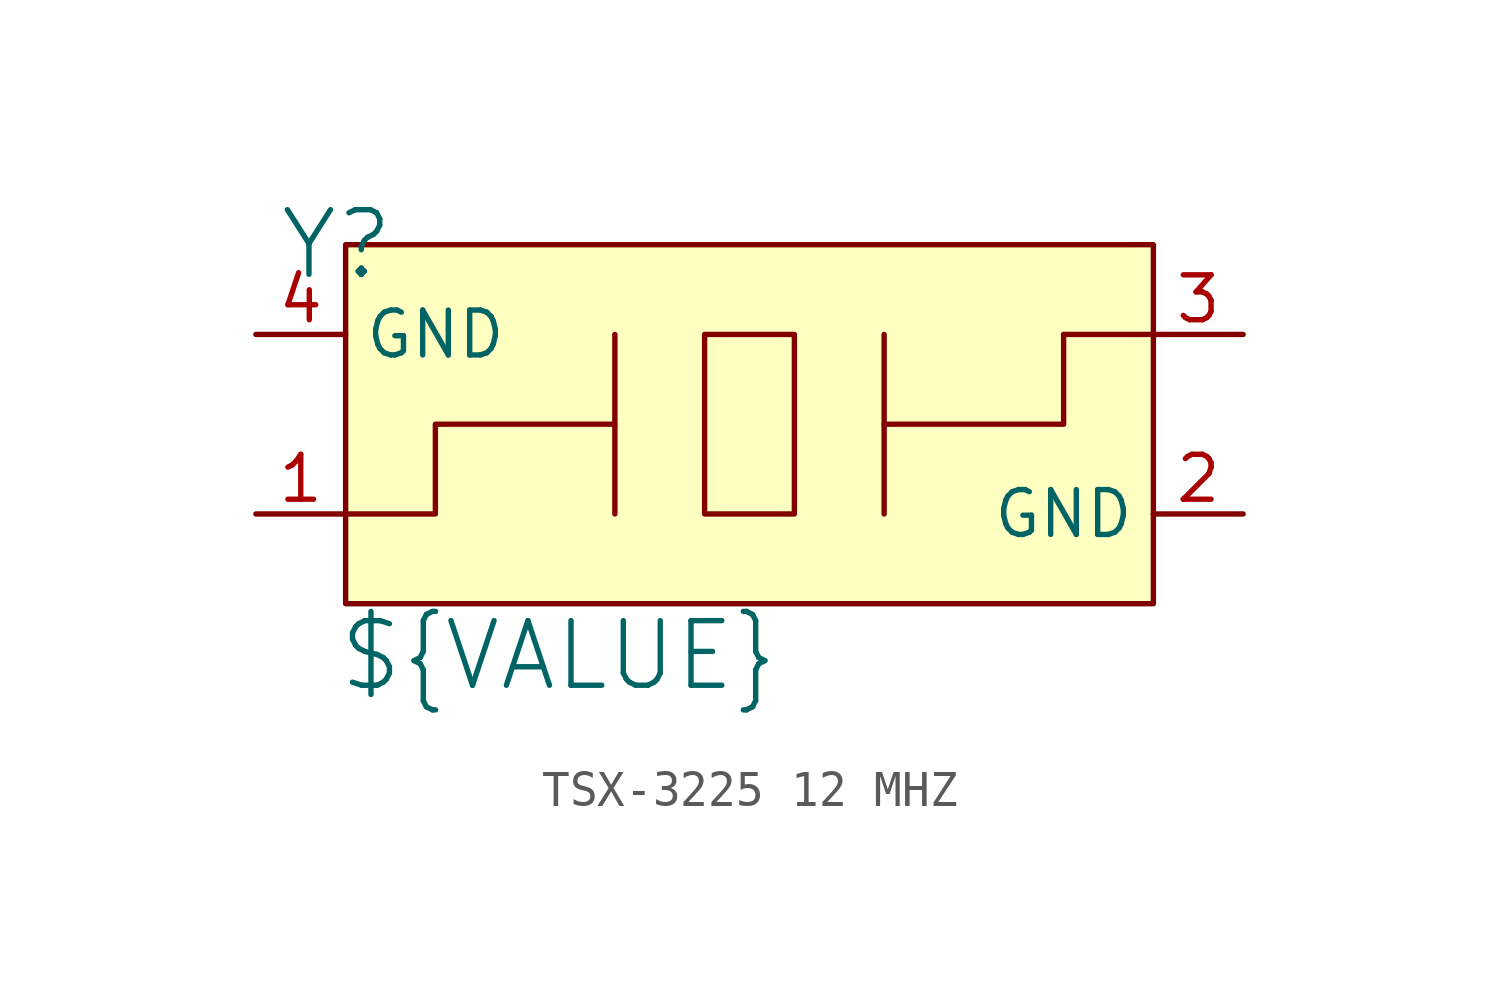
<source format=kicad_sym>
(kicad_symbol_lib
  (version 20241209)
  (generator "kicad_symbol_editor")
  (generator_version "9.0")
  (symbol "TSX-3225 12 MHZ"
    (property "Reference" "Y"
      (at -11.684 5.08 0)
      (effects (font (size 1.829 1.829))))
    (property "Value" "${VALUE}"
      (at -11.684 -7.62 0)
      (effects (font (size 1.829 1.829)) (justify left bottom)))
    (symbol "TSX-3225 12 MHZ_1_0"
      (polyline (pts (xy -3.81 2.54) (xy -3.81 -2.54)) (stroke (width 0) (type solid)) (fill (type none)))
      (polyline (pts (xy -3.81 0) (xy -8.89 0) (xy -8.89 -2.54) (xy -11.43 -2.54)) (stroke (width 0) (type solid)) (fill (type none)))
      (polyline (pts (xy -1.27 2.54) (xy -1.27 -2.54) (xy 1.27 -2.54) (xy 1.27 2.54) (xy -1.27 2.54)) (stroke (width 0) (type solid)) (fill (type none)))
      (polyline (pts (xy 3.81 2.54) (xy 3.81 -2.54)) (stroke (width 0) (type solid)) (fill (type none)))
      (polyline (pts (xy 3.81 0) (xy 8.89 0) (xy 8.89 2.54)) (stroke (width 0) (type solid)) (fill (type none)))
      (polyline (pts (xy 8.89 2.54) (xy 11.43 2.54)) (stroke (width 0) (type solid)) (fill (type none)))
      (rectangle (start 11.43 5.08) (end -11.43 -5.08) (stroke (width 0) (type solid) (color 128 0 0 1)) (fill (type background)))
      (pin passive line (at -13.97 2.54 0) (length 2.54) (name "GND" (effects (font (size 1.27 1.27)))) (number "4" (effects (font (size 1.27 1.27)))))
      (pin passive line (at -13.97 -2.54 0) (length 2.54) (name "" (effects (font (size 1.27 1.27)))) (number "1" (effects (font (size 1.27 1.27)))))
      (pin passive line (at 13.97 2.54 180) (length 2.54) (name "" (effects (font (size 1.27 1.27)))) (number "3" (effects (font (size 1.27 1.27)))))
      (pin passive line (at 13.97 -2.54 180) (length 2.54) (name "GND" (effects (font (size 1.27 1.27)))) (number "2" (effects (font (size 1.27 1.27))))))))
</source>
